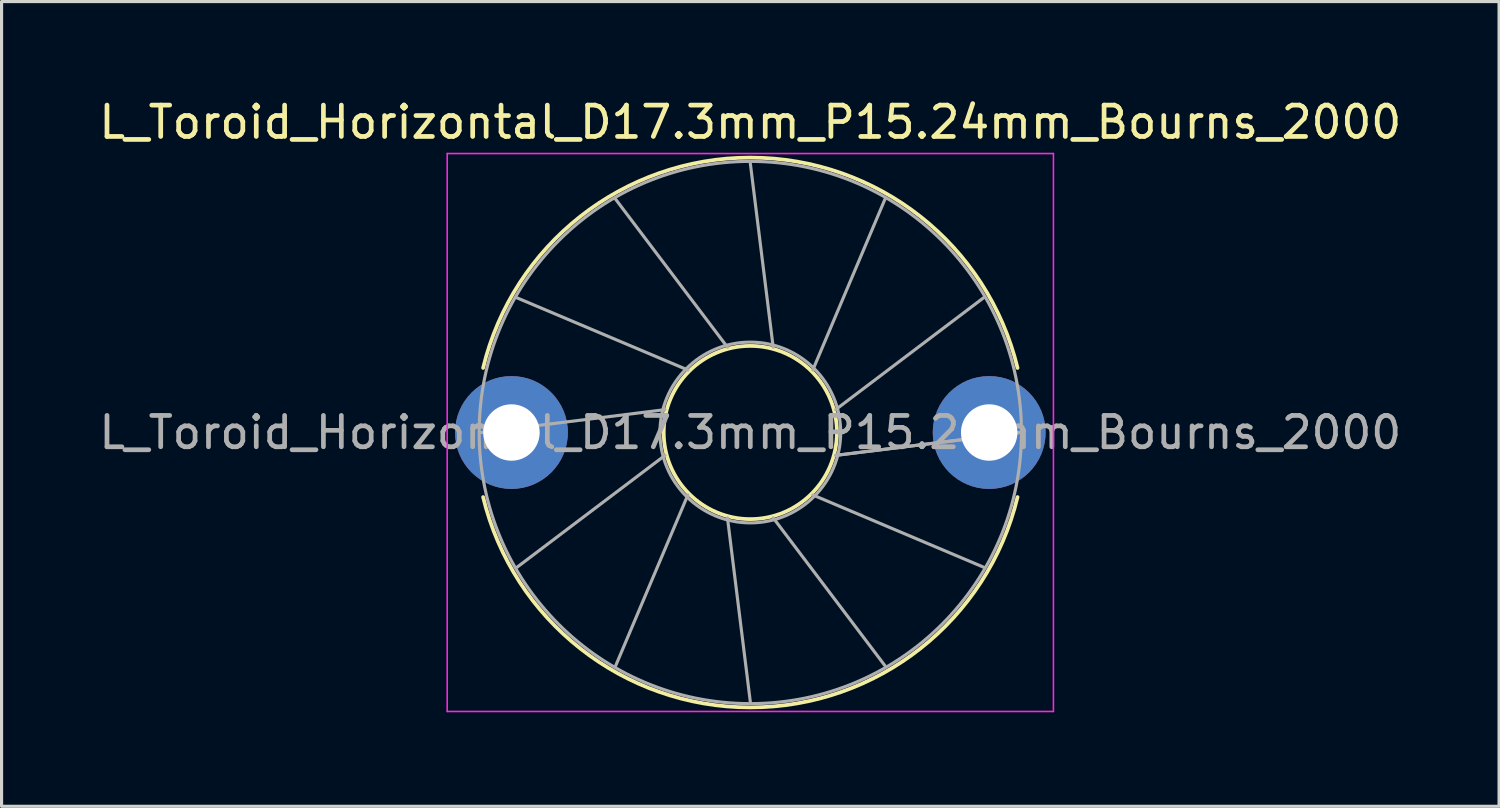
<source format=kicad_pcb>
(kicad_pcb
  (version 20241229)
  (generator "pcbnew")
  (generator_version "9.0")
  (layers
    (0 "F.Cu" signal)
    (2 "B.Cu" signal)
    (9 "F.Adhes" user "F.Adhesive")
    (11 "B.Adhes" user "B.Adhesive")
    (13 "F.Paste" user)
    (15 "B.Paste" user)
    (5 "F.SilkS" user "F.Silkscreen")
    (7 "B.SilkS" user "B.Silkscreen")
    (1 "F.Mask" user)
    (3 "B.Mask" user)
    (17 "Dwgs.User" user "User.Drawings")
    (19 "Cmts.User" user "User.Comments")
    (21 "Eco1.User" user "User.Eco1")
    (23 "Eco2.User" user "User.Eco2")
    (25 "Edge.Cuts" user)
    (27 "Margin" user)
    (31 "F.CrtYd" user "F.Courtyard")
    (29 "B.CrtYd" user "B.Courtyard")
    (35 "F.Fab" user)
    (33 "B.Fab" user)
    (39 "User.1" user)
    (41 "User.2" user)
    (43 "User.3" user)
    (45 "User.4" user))
  (footprint "L_Toroid_Horizontal_D17.3mm_P15.24mm_Bourns_2000"
    (layer "F.Cu")
    (at 13.267 10.748)
    (property "Reference" "L_Toroid_Horizontal_D17.3mm_P15.24mm_Bourns_2000" (at 7.62 -9.9 0) (layer "F.SilkS") (effects (font (size 1 1) (thickness 0.15))))
    (attr through_hole)
    (fp_arc (start -0.904629 -2.06) (mid 7.62 -8.77) (end 16.144629 -2.06) (stroke (width 0.12) (type solid)) (layer "F.SilkS"))
    (fp_arc (start 16.144629 2.06) (mid 7.62 8.77) (end -0.904629 2.06) (stroke (width 0.12) (type solid)) (layer "F.SilkS"))
    (fp_circle (center 7.62 0) (end 10.383 0) (stroke (width 0.12) (type solid)) (fill no) (layer "F.SilkS"))
    (fp_line (start -2.05 -8.9) (end -2.05 8.9) (stroke (width 0.05) (type solid)) (layer "F.CrtYd"))
    (fp_line (start -2.05 8.9) (end 17.29 8.9) (stroke (width 0.05) (type solid)) (layer "F.CrtYd"))
    (fp_line (start 17.29 -8.9) (end -2.05 -8.9) (stroke (width 0.05) (type solid)) (layer "F.CrtYd"))
    (fp_line (start 17.29 8.9) (end 17.29 -8.9) (stroke (width 0.05) (type solid)) (layer "F.CrtYd"))
    (fp_line (start -0.975 0.001) (end 4.897 -0.729) (stroke (width 0.1) (type solid)) (layer "F.Fab"))
    (fp_line (start 0.176 -4.296) (end 5.627 -1.993) (stroke (width 0.1) (type solid)) (layer "F.Fab"))
    (fp_line (start 0.177 4.298) (end 4.898 0.73) (stroke (width 0.1) (type solid)) (layer "F.Fab"))
    (fp_line (start 3.322 -7.443) (end 6.89 -2.722) (stroke (width 0.1) (type solid)) (layer "F.Fab"))
    (fp_line (start 3.323 7.443) (end 5.627 1.993) (stroke (width 0.1) (type solid)) (layer "F.Fab"))
    (fp_line (start 7.619 -8.595) (end 8.349 -2.723) (stroke (width 0.1) (type solid)) (layer "F.Fab"))
    (fp_line (start 7.62 8.595) (end 6.891 2.723) (stroke (width 0.1) (type solid)) (layer "F.Fab"))
    (fp_line (start 11.916 -7.444) (end 9.613 -1.993) (stroke (width 0.1) (type solid)) (layer "F.Fab"))
    (fp_line (start 11.918 7.443) (end 8.35 2.723) (stroke (width 0.1) (type solid)) (layer "F.Fab"))
    (fp_line (start 15.062 -4.299) (end 10.342 -0.73) (stroke (width 0.1) (type solid)) (layer "F.Fab"))
    (fp_line (start 15.063 4.297) (end 9.613 1.993) (stroke (width 0.1) (type solid)) (layer "F.Fab"))
    (fp_line (start 16.215 -0.002) (end 10.343 0.729) (stroke (width 0.1) (type solid)) (layer "F.Fab"))
    (fp_line (start 16.215 0) (end 10.343 0.729) (stroke (width 0.1) (type solid)) (layer "F.Fab"))
    (fp_circle (center 7.62 0) (end 10.503 0) (stroke (width 0.1) (type solid)) (fill no) (layer "F.Fab"))
    (fp_circle (center 7.62 0) (end 16.27 0) (stroke (width 0.1) (type solid)) (fill no) (layer "F.Fab"))
    (fp_text user "${REFERENCE}" (at 7.62 0 0) (layer "F.Fab") (effects (font (size 1 1) (thickness 0.15))))
    (pad "1" thru_hole circle (at 0 0) (size 3.6 3.6) (drill 1.8) (layers "*.Cu" "*.Mask"))
    (pad "2" thru_hole circle (at 15.24 0) (size 3.6 3.6) (drill 1.8) (layers "*.Cu" "*.Mask")))
  (gr_rect
    (start -3 -3)
    (end 44.774 22.673)
    (stroke (width 0.1) (type default))
    (fill no)
    (layer "Edge.Cuts")))
</source>
